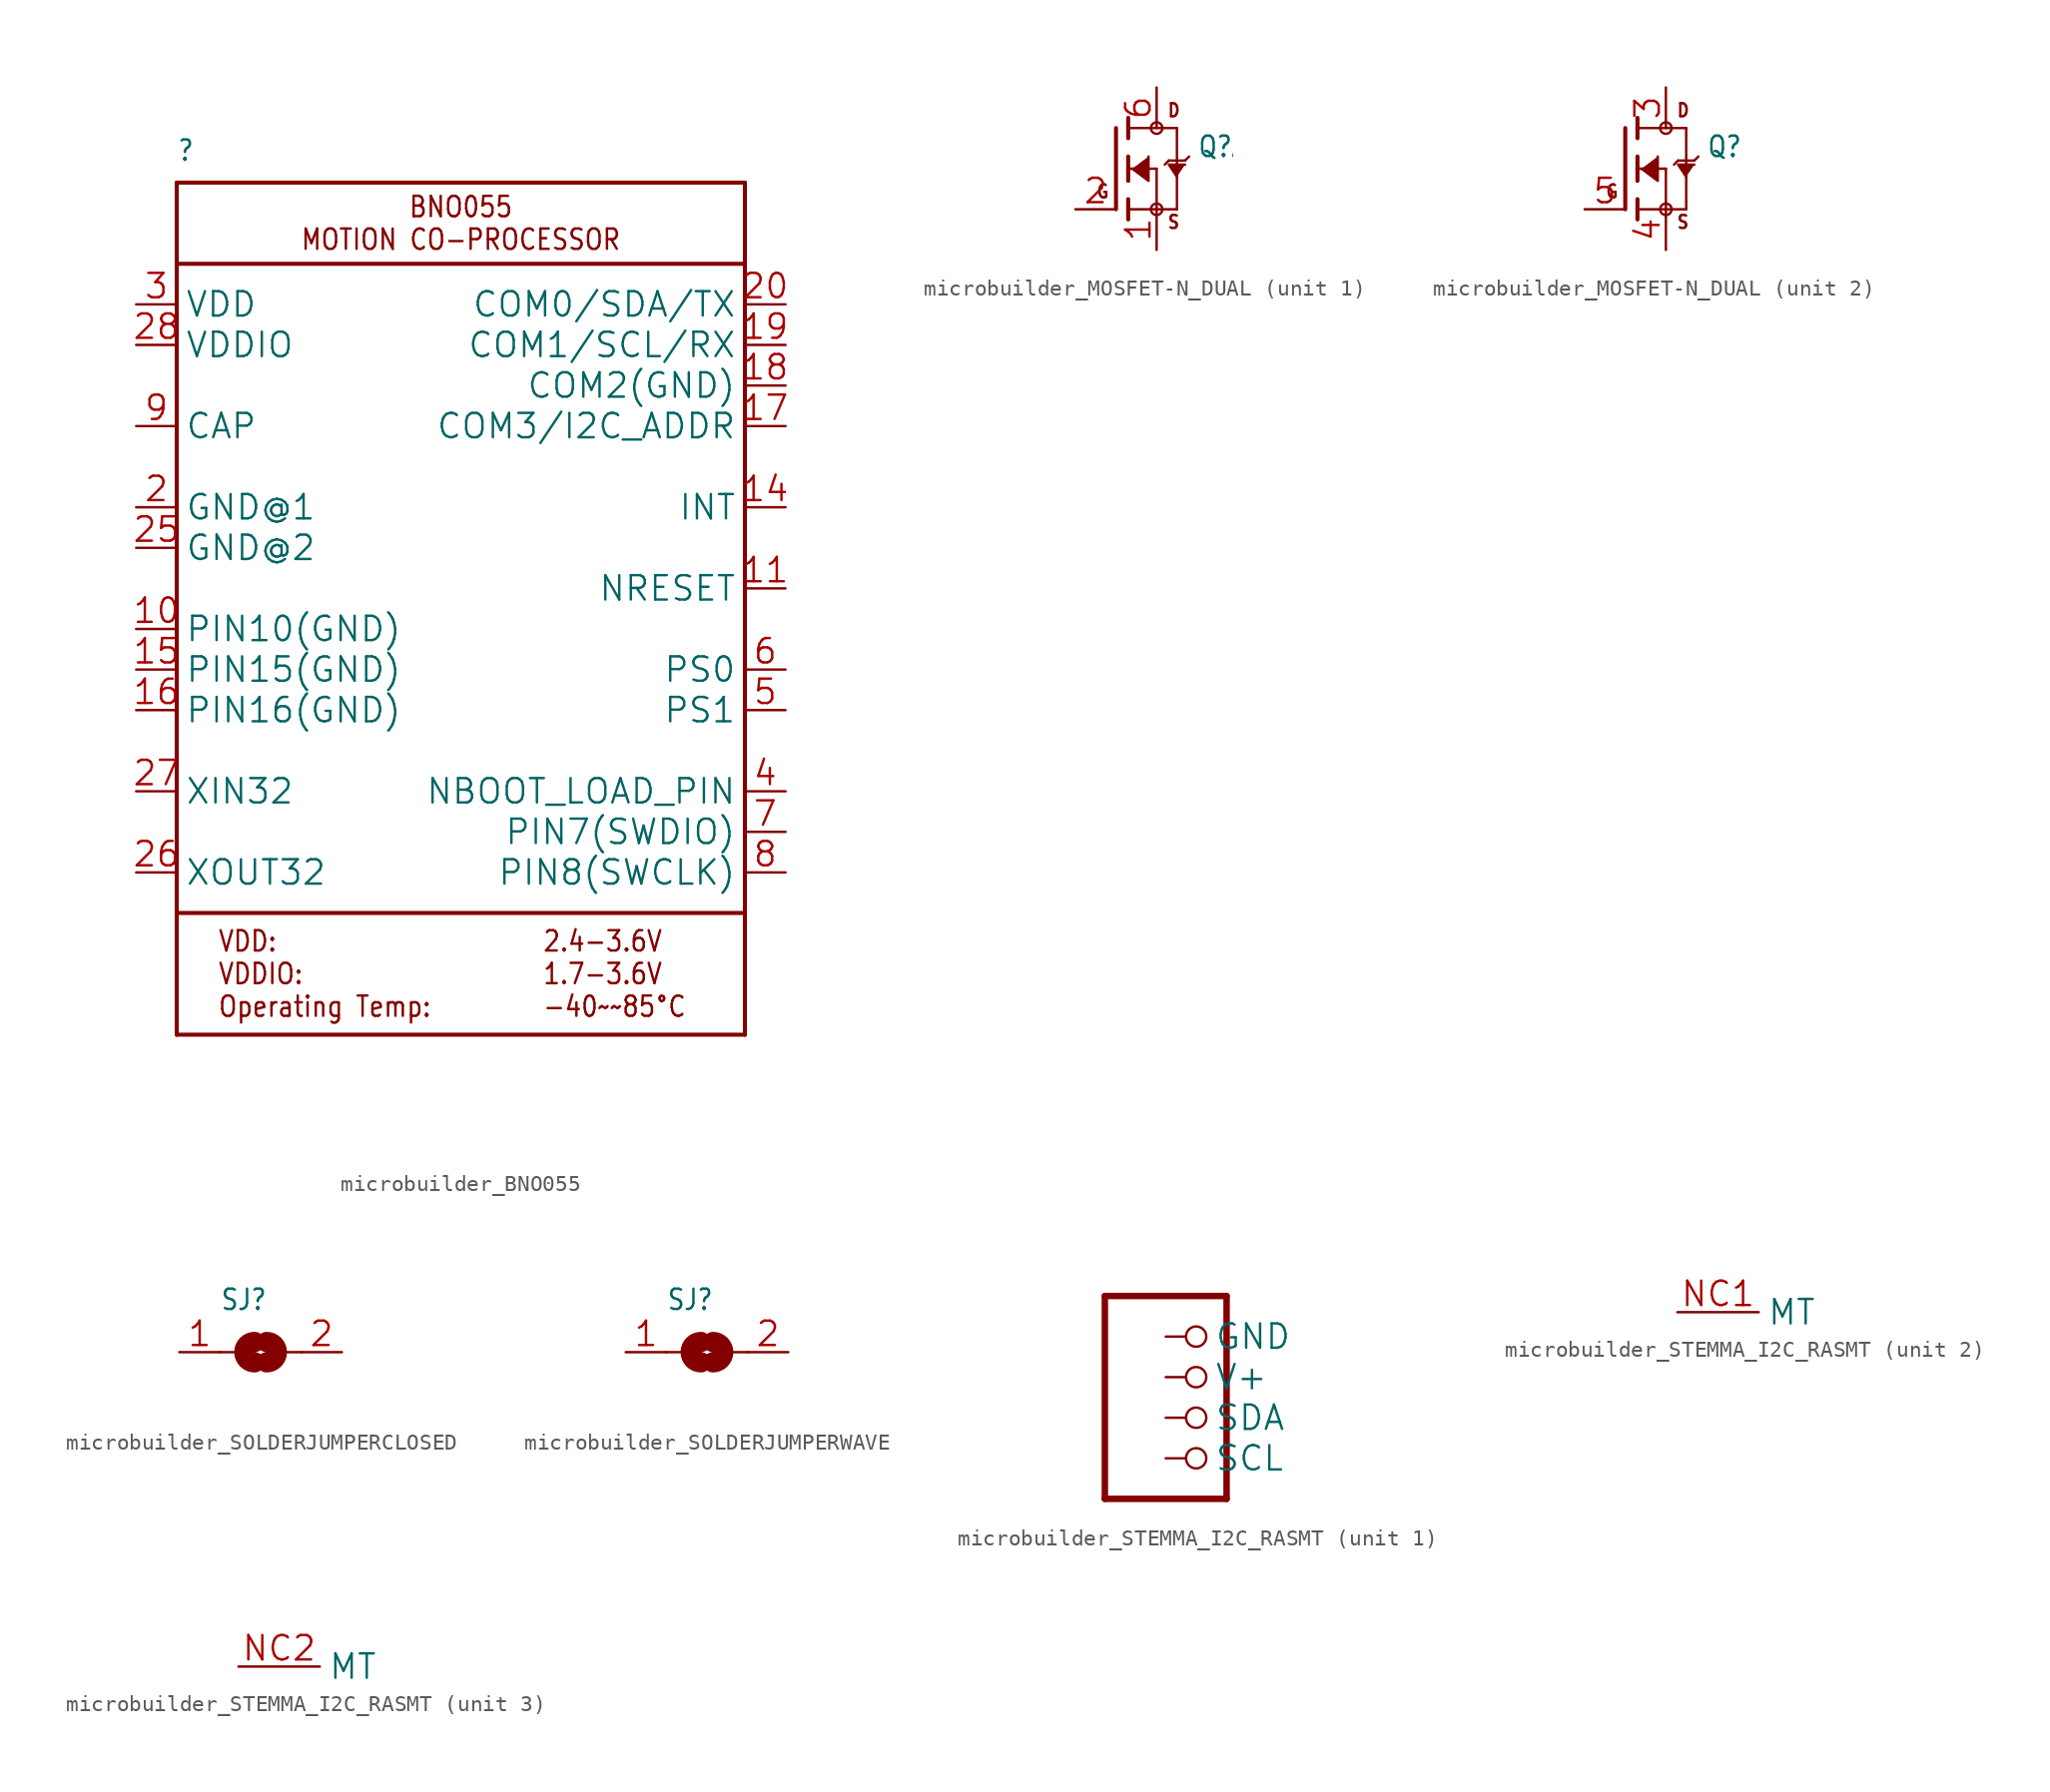
<source format=kicad_sym>
(kicad_symbol_lib
  (version 20241209)
  (generator "kicad_symbol_editor")
  (generator_version "9.0")
  (symbol "microbuilder_BNO055"
    (property "Reference" ""
      (at -17.78 26.67 0)
      (effects (font (size 1.27 1.079)) (justify left bottom)))
    (property "Value" ""
      (at -17.78 -30.48 0)
      (effects (font (size 1.27 1.079)) (justify left bottom)))
    (property "ki_locked" ""
      (at 0 0 0)
      (effects (font (size 1.27 1.27))))
    (symbol "microbuilder_BNO055_1_0"
      (polyline (pts (xy -17.78 25.4) (xy 17.78 25.4)) (stroke (width 0.254) (type solid)) (fill (type none)))
      (polyline (pts (xy -17.78 20.32) (xy -17.78 25.4)) (stroke (width 0.254) (type solid)) (fill (type none)))
      (polyline (pts (xy -17.78 20.32) (xy 17.78 20.32)) (stroke (width 0.254) (type solid)) (fill (type none)))
      (polyline (pts (xy -17.78 -20.32) (xy -17.78 20.32)) (stroke (width 0.254) (type solid)) (fill (type none)))
      (polyline (pts (xy -17.78 -20.32) (xy -17.78 -27.94)) (stroke (width 0.254) (type solid)) (fill (type none)))
      (polyline (pts (xy -17.78 -27.94) (xy 17.78 -27.94)) (stroke (width 0.254) (type solid)) (fill (type none)))
      (polyline (pts (xy 17.78 25.4) (xy 17.78 20.32)) (stroke (width 0.254) (type solid)) (fill (type none)))
      (polyline (pts (xy 17.78 20.32) (xy 17.78 -20.32)) (stroke (width 0.254) (type solid)) (fill (type none)))
      (polyline (pts (xy 17.78 -20.32) (xy -17.78 -20.32)) (stroke (width 0.254) (type solid)) (fill (type none)))
      (polyline (pts (xy 17.78 -27.94) (xy 17.78 -20.32)) (stroke (width 0.254) (type solid)) (fill (type none)))
      (text "VDD:\nVDDIO:\nOperating Temp:" (at -15.24 -24.13 0) (effects (font (size 1.27 1.079)) (justify left)))
      (text "BNO055\nMOTION CO-PROCESSOR" (at 0 22.86 0) (effects (font (size 1.27 1.079))))
      (text "2.4-3.6V\n1.7-3.6V\n-40~~85°C" (at 5.08 -24.13 0) (effects (font (size 1.27 1.079)) (justify left)))
      (pin power_in line (at -20.32 17.78 0) (length 2.54) (name "VDD" (effects (font (size 1.524 1.524)))) (number "3" (effects (font (size 1.524 1.524)))))
      (pin power_in line (at -20.32 15.24 0) (length 2.54) (name "VDDIO" (effects (font (size 1.524 1.524)))) (number "28" (effects (font (size 1.524 1.524)))))
      (pin passive line (at -20.32 10.16 0) (length 2.54) (name "CAP" (effects (font (size 1.524 1.524)))) (number "9" (effects (font (size 1.524 1.524)))))
      (pin power_in line (at -20.32 5.08 0) (length 2.54) (name "GND@1" (effects (font (size 1.524 1.524)))) (number "2" (effects (font (size 1.524 1.524)))))
      (pin power_in line (at -20.32 2.54 0) (length 2.54) (name "GND@2" (effects (font (size 1.524 1.524)))) (number "25" (effects (font (size 1.524 1.524)))))
      (pin bidirectional line (at -20.32 -2.54 0) (length 2.54) (name "PIN10(GND)" (effects (font (size 1.524 1.524)))) (number "10" (effects (font (size 1.524 1.524)))))
      (pin bidirectional line (at -20.32 -5.08 0) (length 2.54) (name "PIN15(GND)" (effects (font (size 1.524 1.524)))) (number "15" (effects (font (size 1.524 1.524)))))
      (pin bidirectional line (at -20.32 -7.62 0) (length 2.54) (name "PIN16(GND)" (effects (font (size 1.524 1.524)))) (number "16" (effects (font (size 1.524 1.524)))))
      (pin input line (at -20.32 -12.7 0) (length 2.54) (name "XIN32" (effects (font (size 1.524 1.524)))) (number "27" (effects (font (size 1.524 1.524)))))
      (pin output line (at -20.32 -17.78 0) (length 2.54) (name "XOUT32" (effects (font (size 1.524 1.524)))) (number "26" (effects (font (size 1.524 1.524)))))
      (pin bidirectional line (at 20.32 17.78 180) (length 2.54) (name "COM0/SDA/TX" (effects (font (size 1.524 1.524)))) (number "20" (effects (font (size 1.524 1.524)))))
      (pin bidirectional line (at 20.32 15.24 180) (length 2.54) (name "COM1/SCL/RX" (effects (font (size 1.524 1.524)))) (number "19" (effects (font (size 1.524 1.524)))))
      (pin bidirectional line (at 20.32 12.7 180) (length 2.54) (name "COM2(GND)" (effects (font (size 1.524 1.524)))) (number "18" (effects (font (size 1.524 1.524)))))
      (pin bidirectional line (at 20.32 10.16 180) (length 2.54) (name "COM3/I2C_ADDR" (effects (font (size 1.524 1.524)))) (number "17" (effects (font (size 1.524 1.524)))))
      (pin output line (at 20.32 5.08 180) (length 2.54) (name "INT" (effects (font (size 1.524 1.524)))) (number "14" (effects (font (size 1.524 1.524)))))
      (pin bidirectional line (at 20.32 0 180) (length 2.54) (name "NRESET" (effects (font (size 1.524 1.524)))) (number "11" (effects (font (size 1.524 1.524)))))
      (pin input line (at 20.32 -5.08 180) (length 2.54) (name "PS0" (effects (font (size 1.524 1.524)))) (number "6" (effects (font (size 1.524 1.524)))))
      (pin input line (at 20.32 -7.62 180) (length 2.54) (name "PS1" (effects (font (size 1.524 1.524)))) (number "5" (effects (font (size 1.524 1.524)))))
      (pin bidirectional line (at 20.32 -12.7 180) (length 2.54) (name "NBOOT_LOAD_PIN" (effects (font (size 1.524 1.524)))) (number "4" (effects (font (size 1.524 1.524)))))
      (pin bidirectional line (at 20.32 -15.24 180) (length 2.54) (name "PIN7(SWDIO)" (effects (font (size 1.524 1.524)))) (number "7" (effects (font (size 1.524 1.524)))))
      (pin bidirectional line (at 20.32 -17.78 180) (length 2.54) (name "PIN8(SWCLK)" (effects (font (size 1.524 1.524)))) (number "8" (effects (font (size 1.524 1.524)))))))
  (symbol "microbuilder_MOSFET-N_DUAL"
    (property "Reference" "Q"
      (at 5.08 0.635 0)
      (effects (font (size 1.27 1.079)) (justify left bottom)))
    (property "Value" ""
      (at 5.08 -1.27 0)
      (effects (font (size 1.27 1.079)) (justify left bottom)))
    (property "ki_locked" ""
      (at 0 0 0)
      (effects (font (size 1.27 1.27))))
    (symbol "microbuilder_MOSFET-N_DUAL_1_0"
      (polyline (pts (xy 0 2.54) (xy 0 -2.54)) (stroke (width 0.254) (type solid)) (fill (type none)))
      (polyline (pts (xy 0.762 3.175) (xy 0.762 2.54)) (stroke (width 0.254) (type solid)) (fill (type none)))
      (polyline (pts (xy 0.762 2.54) (xy 0.762 1.905)) (stroke (width 0.254) (type solid)) (fill (type none)))
      (polyline (pts (xy 0.762 2.54) (xy 3.81 2.54)) (stroke (width 0.152) (type solid)) (fill (type none)))
      (polyline (pts (xy 0.762 0.762) (xy 0.762 0)) (stroke (width 0.254) (type solid)) (fill (type none)))
      (polyline (pts (xy 0.762 0) (xy 0.762 -0.762)) (stroke (width 0.254) (type solid)) (fill (type none)))
      (polyline (pts (xy 0.762 0) (xy 2.54 0)) (stroke (width 0.152) (type solid)) (fill (type none)))
      (polyline (pts (xy 0.762 -1.905) (xy 0.762 -2.54)) (stroke (width 0.254) (type solid)) (fill (type none)))
      (polyline (pts (xy 0.762 -2.54) (xy 0.762 -3.175)) (stroke (width 0.254) (type solid)) (fill (type none)))
      (polyline (pts (xy 1.016 0) (xy 2.032 -0.762) (xy 2.032 0.762)) (stroke (width 0.152) (type solid)) (fill (type outline)))
      (circle (center 2.54 2.54) (radius 0.359) (stroke (width 0) (type solid)) (fill (type none)))
      (polyline (pts (xy 2.54 0) (xy 2.54 -2.54)) (stroke (width 0.152) (type solid)) (fill (type none)))
      (polyline (pts (xy 2.54 -2.54) (xy 0.762 -2.54)) (stroke (width 0.152) (type solid)) (fill (type none)))
      (polyline (pts (xy 2.54 -2.54) (xy 3.81 -2.54)) (stroke (width 0.152) (type solid)) (fill (type none)))
      (circle (center 2.54 -2.54) (radius 0.359) (stroke (width 0) (type solid)) (fill (type none)))
      (polyline (pts (xy 3.302 0.508) (xy 3.048 0.254)) (stroke (width 0.152) (type solid)) (fill (type none)))
      (polyline (pts (xy 3.81 2.54) (xy 3.81 0.508)) (stroke (width 0.152) (type solid)) (fill (type none)))
      (polyline (pts (xy 3.81 0.508) (xy 3.302 0.508)) (stroke (width 0.152) (type solid)) (fill (type none)))
      (polyline (pts (xy 3.81 0.508) (xy 3.81 -2.54)) (stroke (width 0.152) (type solid)) (fill (type none)))
      (polyline (pts (xy 3.81 -0.508) (xy 3.302 0.254) (xy 4.318 0.254)) (stroke (width 0.152) (type solid)) (fill (type outline)))
      (polyline (pts (xy 4.318 0.508) (xy 3.81 0.508)) (stroke (width 0.152) (type solid)) (fill (type none)))
      (polyline (pts (xy 4.572 0.762) (xy 4.318 0.508)) (stroke (width 0.152) (type solid)) (fill (type none)))
      (text "G" (at -1.27 -1.905 0) (effects (font (size 0.813 0.691)) (justify left bottom)))
      (text "D" (at 3.175 3.175 0) (effects (font (size 0.813 0.691)) (justify left bottom)))
      (text "S" (at 3.175 -3.81 0) (effects (font (size 0.813 0.691)) (justify left bottom)))
      (pin bidirectional line (at -2.54 -2.54 0) (length 2.54) (name "G" (effects (font (size 0 0)))) (number "2" (effects (font (size 1.524 1.524)))))
      (pin bidirectional line (at 2.54 5.08 270) (length 2.54) (name "D" (effects (font (size 0 0)))) (number "6" (effects (font (size 1.524 1.524)))))
      (pin bidirectional line (at 2.54 -5.08 90) (length 2.54) (name "S" (effects (font (size 0 0)))) (number "1" (effects (font (size 1.524 1.524))))))
    (symbol "microbuilder_MOSFET-N_DUAL_2_0"
      (polyline (pts (xy 0 2.54) (xy 0 -2.54)) (stroke (width 0.254) (type solid)) (fill (type none)))
      (polyline (pts (xy 0.762 3.175) (xy 0.762 2.54)) (stroke (width 0.254) (type solid)) (fill (type none)))
      (polyline (pts (xy 0.762 2.54) (xy 0.762 1.905)) (stroke (width 0.254) (type solid)) (fill (type none)))
      (polyline (pts (xy 0.762 2.54) (xy 3.81 2.54)) (stroke (width 0.152) (type solid)) (fill (type none)))
      (polyline (pts (xy 0.762 0.762) (xy 0.762 0)) (stroke (width 0.254) (type solid)) (fill (type none)))
      (polyline (pts (xy 0.762 0) (xy 0.762 -0.762)) (stroke (width 0.254) (type solid)) (fill (type none)))
      (polyline (pts (xy 0.762 0) (xy 2.54 0)) (stroke (width 0.152) (type solid)) (fill (type none)))
      (polyline (pts (xy 0.762 -1.905) (xy 0.762 -2.54)) (stroke (width 0.254) (type solid)) (fill (type none)))
      (polyline (pts (xy 0.762 -2.54) (xy 0.762 -3.175)) (stroke (width 0.254) (type solid)) (fill (type none)))
      (polyline (pts (xy 1.016 0) (xy 2.032 -0.762) (xy 2.032 0.762)) (stroke (width 0.152) (type solid)) (fill (type outline)))
      (circle (center 2.54 2.54) (radius 0.359) (stroke (width 0) (type solid)) (fill (type none)))
      (polyline (pts (xy 2.54 0) (xy 2.54 -2.54)) (stroke (width 0.152) (type solid)) (fill (type none)))
      (polyline (pts (xy 2.54 -2.54) (xy 0.762 -2.54)) (stroke (width 0.152) (type solid)) (fill (type none)))
      (polyline (pts (xy 2.54 -2.54) (xy 3.81 -2.54)) (stroke (width 0.152) (type solid)) (fill (type none)))
      (circle (center 2.54 -2.54) (radius 0.359) (stroke (width 0) (type solid)) (fill (type none)))
      (polyline (pts (xy 3.302 0.508) (xy 3.048 0.254)) (stroke (width 0.152) (type solid)) (fill (type none)))
      (polyline (pts (xy 3.81 2.54) (xy 3.81 0.508)) (stroke (width 0.152) (type solid)) (fill (type none)))
      (polyline (pts (xy 3.81 0.508) (xy 3.302 0.508)) (stroke (width 0.152) (type solid)) (fill (type none)))
      (polyline (pts (xy 3.81 0.508) (xy 3.81 -2.54)) (stroke (width 0.152) (type solid)) (fill (type none)))
      (polyline (pts (xy 3.81 -0.508) (xy 3.302 0.254) (xy 4.318 0.254)) (stroke (width 0.152) (type solid)) (fill (type outline)))
      (polyline (pts (xy 4.318 0.508) (xy 3.81 0.508)) (stroke (width 0.152) (type solid)) (fill (type none)))
      (polyline (pts (xy 4.572 0.762) (xy 4.318 0.508)) (stroke (width 0.152) (type solid)) (fill (type none)))
      (text "G" (at -1.27 -1.905 0) (effects (font (size 0.813 0.691)) (justify left bottom)))
      (text "D" (at 3.175 3.175 0) (effects (font (size 0.813 0.691)) (justify left bottom)))
      (text "S" (at 3.175 -3.81 0) (effects (font (size 0.813 0.691)) (justify left bottom)))
      (pin bidirectional line (at -2.54 -2.54 0) (length 2.54) (name "G" (effects (font (size 0 0)))) (number "5" (effects (font (size 1.524 1.524)))))
      (pin bidirectional line (at 2.54 5.08 270) (length 2.54) (name "D" (effects (font (size 0 0)))) (number "3" (effects (font (size 1.524 1.524)))))
      (pin bidirectional line (at 2.54 -5.08 90) (length 2.54) (name "S" (effects (font (size 0 0)))) (number "4" (effects (font (size 1.524 1.524)))))))
  (symbol "microbuilder_SOLDERJUMPERCLOSED"
    (property "Reference" "SJ"
      (at -2.54 2.54 0)
      (effects (font (size 1.27 1.079)) (justify left bottom)))
    (property "Value" ""
      (at -2.54 -3.81 0)
      (effects (font (size 1.27 1.079)) (justify left bottom)))
    (property "ki_locked" ""
      (at 0 0 0)
      (effects (font (size 1.27 1.27))))
    (symbol "microbuilder_SOLDERJUMPERCLOSED_1_0"
      (polyline (pts (xy -2.54 0) (xy -1.651 0)) (stroke (width 0.152) (type solid)) (fill (type none)))
      (arc (start -0.381 -0.635) (mid -1.0159 0.0001) (end -0.3808 0.635) (stroke (width 1.27) (type solid)) (fill (type none)))
      (arc (start 0.381 0.635) (mid 1.0159 -0.0001) (end 0.3808 -0.635) (stroke (width 1.27) (type solid)) (fill (type none)))
      (polyline (pts (xy 2.54 0) (xy 1.651 0)) (stroke (width 0.152) (type solid)) (fill (type none)))
      (pin passive line (at -5.08 0 0) (length 2.54) (name "1" (effects (font (size 0 0)))) (number "1" (effects (font (size 1.524 1.524)))))
      (pin passive line (at 5.08 0 180) (length 2.54) (name "2" (effects (font (size 0 0)))) (number "2" (effects (font (size 1.524 1.524)))))))
  (symbol "microbuilder_SOLDERJUMPERWAVE"
    (property "Reference" "SJ"
      (at -2.54 2.54 0)
      (effects (font (size 1.27 1.079)) (justify left bottom)))
    (property "Value" ""
      (at -2.54 -3.81 0)
      (effects (font (size 1.27 1.079)) (justify left bottom)))
    (property "ki_locked" ""
      (at 0 0 0)
      (effects (font (size 1.27 1.27))))
    (symbol "microbuilder_SOLDERJUMPERWAVE_1_0"
      (polyline (pts (xy -2.54 0) (xy -1.651 0)) (stroke (width 0.152) (type solid)) (fill (type none)))
      (arc (start -0.381 -0.635) (mid -1.0159 0.0001) (end -0.3808 0.635) (stroke (width 1.27) (type solid)) (fill (type none)))
      (arc (start 0.381 0.635) (mid 1.0159 -0.0001) (end 0.3808 -0.635) (stroke (width 1.27) (type solid)) (fill (type none)))
      (polyline (pts (xy 2.54 0) (xy 1.651 0)) (stroke (width 0.152) (type solid)) (fill (type none)))
      (pin passive line (at -5.08 0 0) (length 2.54) (name "1" (effects (font (size 0 0)))) (number "1" (effects (font (size 1.524 1.524)))))
      (pin passive line (at 5.08 0 180) (length 2.54) (name "2" (effects (font (size 0 0)))) (number "2" (effects (font (size 1.524 1.524)))))))
  (symbol "microbuilder_STEMMA_I2C_RASMT"
    (property "Reference" "CONN"
      (at -3.81 8.255 0)
      (effects (font (size 1.778 1.511)) (justify left bottom) (hide yes)))
    (property "ki_locked" ""
      (at 0 0 0)
      (effects (font (size 1.27 1.27))))
    (symbol "microbuilder_STEMMA_I2C_RASMT_1_0"
      (polyline (pts (xy -3.81 7.62) (xy -3.81 -5.08)) (stroke (width 0.406) (type solid)) (fill (type none)))
      (polyline (pts (xy -3.81 -5.08) (xy 3.81 -5.08)) (stroke (width 0.406) (type solid)) (fill (type none)))
      (polyline (pts (xy 3.81 7.62) (xy -3.81 7.62)) (stroke (width 0.406) (type solid)) (fill (type none)))
      (polyline (pts (xy 3.81 -5.08) (xy 3.81 7.62)) (stroke (width 0.406) (type solid)) (fill (type none)))
      (pin passive inverted (at 0 5.08 0) (length 2.54) (name "GND" (effects (font (size 1.524 1.524)))) (number "1" (effects (font (size 0 0)))))
      (pin passive inverted (at 0 2.54 0) (length 2.54) (name "V+" (effects (font (size 1.524 1.524)))) (number "2" (effects (font (size 0 0)))))
      (pin passive inverted (at 0 0 0) (length 2.54) (name "SDA" (effects (font (size 1.524 1.524)))) (number "3" (effects (font (size 0 0)))))
      (pin passive inverted (at 0 -2.54 0) (length 2.54) (name "SCL" (effects (font (size 1.524 1.524)))) (number "4" (effects (font (size 0 0))))))
    (symbol "microbuilder_STEMMA_I2C_RASMT_2_0"
      (pin bidirectional line (at 0 0 0) (length 5.08) (name "MT" (effects (font (size 1.524 1.524)))) (number "NC1" (effects (font (size 1.524 1.524))))))
    (symbol "microbuilder_STEMMA_I2C_RASMT_3_0"
      (pin bidirectional line (at 0 0 0) (length 5.08) (name "MT" (effects (font (size 1.524 1.524)))) (number "NC2" (effects (font (size 1.524 1.524))))))))
</source>
